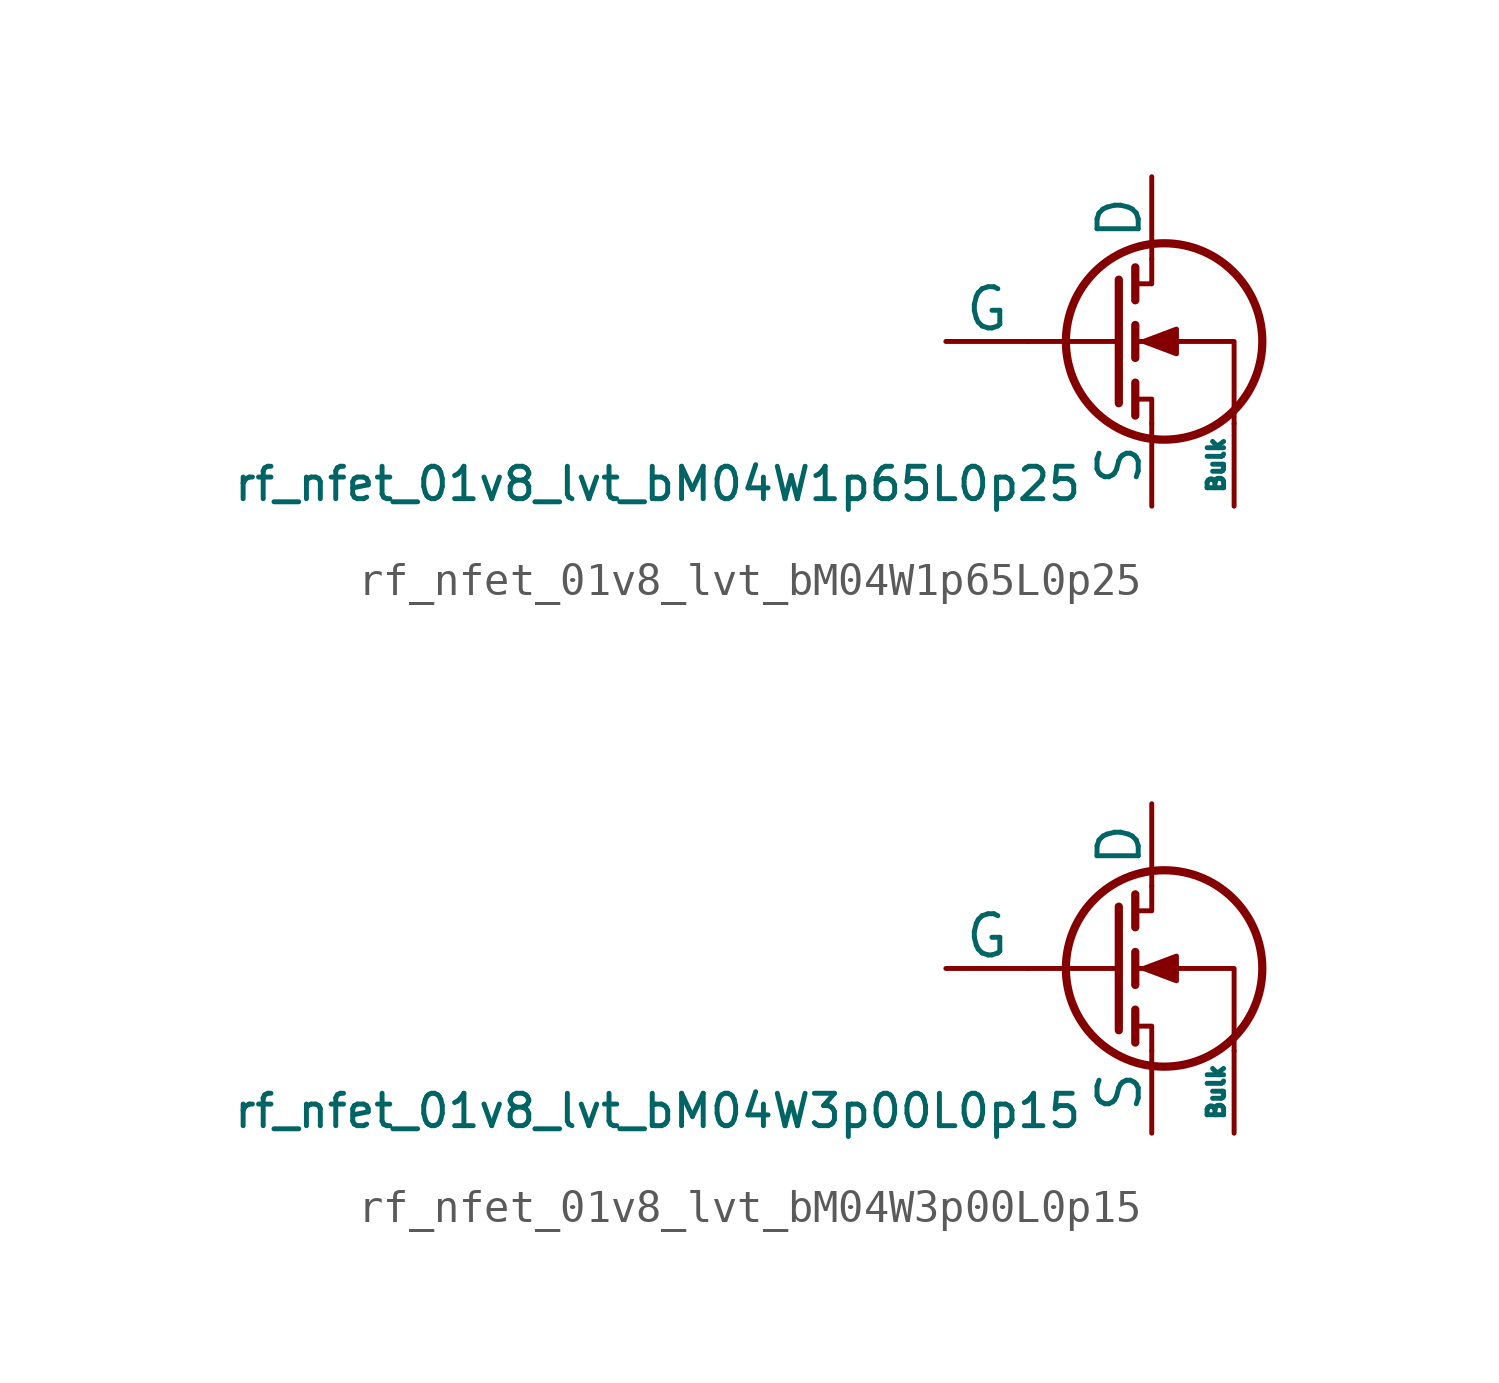
<source format=kicad_sym>
(kicad_symbol_lib
  (version 20211014)
  (generator pdk2kicad)
  (symbol "rf_nfet_01v8_lvt_bM04W1p65L0p25"
    (pin_numbers hide)
    (pin_names
      (offset 0))
    (property "Reference" "Q"
      (at 0 0 0)
      (effects (font (size 1 1)) hide))
    (property "Value" "rf_nfet_01v8_lvt_bM04W1p65L0p25"
      (at -12.7 -3.81 0)
      (effects (font (size 1 1)) (justify top)))
    (polyline
      (pts (xy 1.524 0) (xy -1.27 0))
      (stroke (width 0) (type default))
      (fill (type none)))
    (polyline
      (pts (xy 1.524 1.905) (xy 1.524 -1.905))
      (stroke (width 0.254) (type default))
      (fill (type none)))
    (polyline
      (pts (xy 2.032 -1.27) (xy 2.032 -2.286))
      (stroke (width 0.254) (type default))
      (fill (type none)))
    (polyline
      (pts (xy 2.032 0.508) (xy 2.032 -0.508))
      (stroke (width 0.254) (type default))
      (fill (type none)))
    (polyline
      (pts (xy 2.032 2.286) (xy 2.032 1.27))
      (stroke (width 0.254) (type default))
      (fill (type none)))
    (polyline
      (pts (xy 2.032 1.778) (xy 2.54 1.778) (xy 2.54 2.54))
      (stroke (width 0) (type default))
      (fill (type none)))
    (polyline
      (pts (xy 2.54 -2.54) (xy 2.54 -1.778) (xy 2.032 -1.778))
      (stroke (width 0) (type default))
      (fill (type none)))
    (polyline
      (pts (xy 5.08 -2.54) (xy 5.08 0) (xy 2.032 0))
      (stroke (width 0) (type default))
      (fill (type none)))
    (polyline
      (pts (xy 2.286 0) (xy 3.302 0.381) (xy 3.302 -0.381) (xy 2.286 0))
      (stroke (width 0) (type default))
      (fill (type outline)))
    (circle
      (center 2.921 0)
      (radius 3.029)
      (stroke (width 0.254) (type default))
      (fill (type none)))
    (pin passive line
      (at 2.54 5.08 270)
      (length 2.54)
      (name "D" (effects (font (size 1.27 1.27))))
      (number "1" (effects (font (size 1.27 1.27)))))
    (pin input line
      (at -3.81 0 0)
      (length 2.54)
      (name "G" (effects (font (size 1.27 1.27))))
      (number "2" (effects (font (size 1.27 1.27)))))
    (pin passive line
      (at 2.54 -5.08 90)
      (length 2.54)
      (name "S" (effects (font (size 1.27 1.27))))
      (number "3" (effects (font (size 1.27 1.27)))))
    (pin input line
      (at 5.08 -5.08 90)
      (length 2.54)
      (name "Bulk" (effects (font (size 0.508 0.508))))
      (number "4" (effects (font (size 1.27 1.27))))))
  (symbol "rf_nfet_01v8_lvt_bM04W3p00L0p15"
    (pin_numbers hide)
    (pin_names
      (offset 0))
    (property "Reference" "Q"
      (at 0 0 0)
      (effects (font (size 1 1)) hide))
    (property "Value" "rf_nfet_01v8_lvt_bM04W3p00L0p15"
      (at -12.7 -3.81 0)
      (effects (font (size 1 1)) (justify top)))
    (polyline
      (pts (xy 1.524 0) (xy -1.27 0))
      (stroke (width 0) (type default))
      (fill (type none)))
    (polyline
      (pts (xy 1.524 1.905) (xy 1.524 -1.905))
      (stroke (width 0.254) (type default))
      (fill (type none)))
    (polyline
      (pts (xy 2.032 -1.27) (xy 2.032 -2.286))
      (stroke (width 0.254) (type default))
      (fill (type none)))
    (polyline
      (pts (xy 2.032 0.508) (xy 2.032 -0.508))
      (stroke (width 0.254) (type default))
      (fill (type none)))
    (polyline
      (pts (xy 2.032 2.286) (xy 2.032 1.27))
      (stroke (width 0.254) (type default))
      (fill (type none)))
    (polyline
      (pts (xy 2.032 1.778) (xy 2.54 1.778) (xy 2.54 2.54))
      (stroke (width 0) (type default))
      (fill (type none)))
    (polyline
      (pts (xy 2.54 -2.54) (xy 2.54 -1.778) (xy 2.032 -1.778))
      (stroke (width 0) (type default))
      (fill (type none)))
    (polyline
      (pts (xy 5.08 -2.54) (xy 5.08 0) (xy 2.032 0))
      (stroke (width 0) (type default))
      (fill (type none)))
    (polyline
      (pts (xy 2.286 0) (xy 3.302 0.381) (xy 3.302 -0.381) (xy 2.286 0))
      (stroke (width 0) (type default))
      (fill (type outline)))
    (circle
      (center 2.921 0)
      (radius 3.029)
      (stroke (width 0.254) (type default))
      (fill (type none)))
    (pin passive line
      (at 2.54 5.08 270)
      (length 2.54)
      (name "D" (effects (font (size 1.27 1.27))))
      (number "1" (effects (font (size 1.27 1.27)))))
    (pin input line
      (at -3.81 0 0)
      (length 2.54)
      (name "G" (effects (font (size 1.27 1.27))))
      (number "2" (effects (font (size 1.27 1.27)))))
    (pin passive line
      (at 2.54 -5.08 90)
      (length 2.54)
      (name "S" (effects (font (size 1.27 1.27))))
      (number "3" (effects (font (size 1.27 1.27)))))
    (pin input line
      (at 5.08 -5.08 90)
      (length 2.54)
      (name "Bulk" (effects (font (size 0.508 0.508))))
      (number "4" (effects (font (size 1.27 1.27)))))))
</source>
